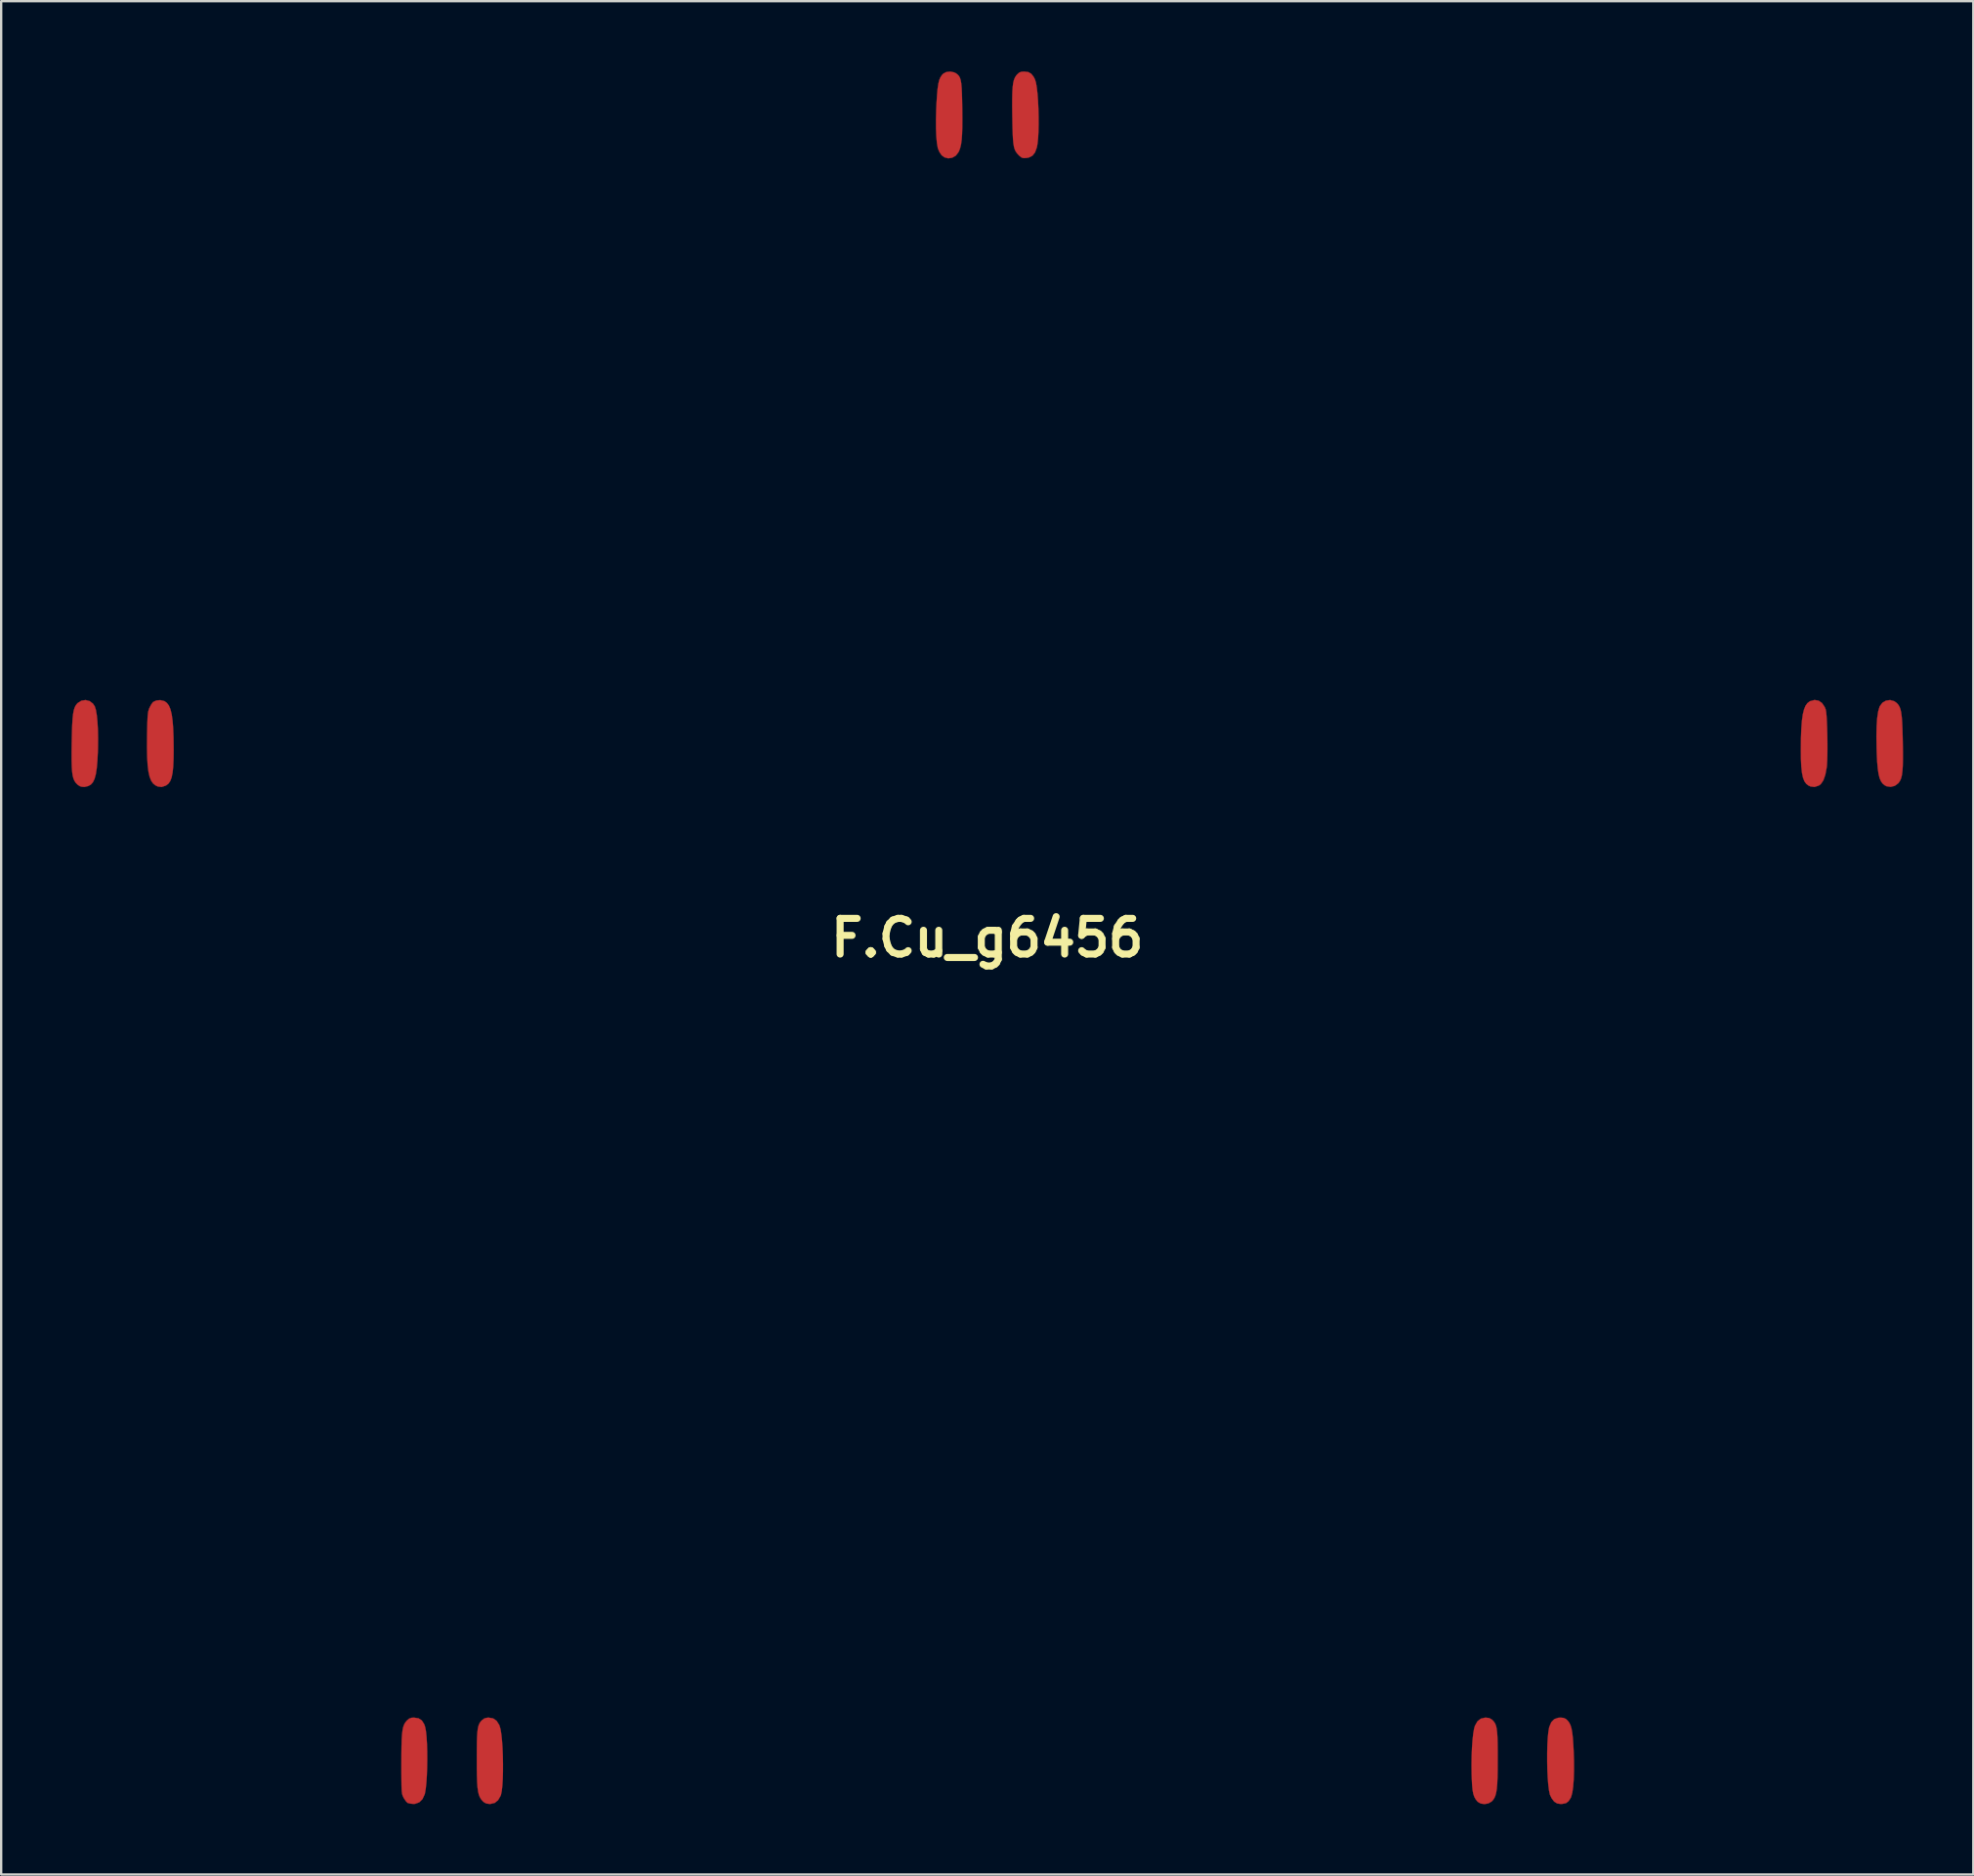
<source format=kicad_pcb>
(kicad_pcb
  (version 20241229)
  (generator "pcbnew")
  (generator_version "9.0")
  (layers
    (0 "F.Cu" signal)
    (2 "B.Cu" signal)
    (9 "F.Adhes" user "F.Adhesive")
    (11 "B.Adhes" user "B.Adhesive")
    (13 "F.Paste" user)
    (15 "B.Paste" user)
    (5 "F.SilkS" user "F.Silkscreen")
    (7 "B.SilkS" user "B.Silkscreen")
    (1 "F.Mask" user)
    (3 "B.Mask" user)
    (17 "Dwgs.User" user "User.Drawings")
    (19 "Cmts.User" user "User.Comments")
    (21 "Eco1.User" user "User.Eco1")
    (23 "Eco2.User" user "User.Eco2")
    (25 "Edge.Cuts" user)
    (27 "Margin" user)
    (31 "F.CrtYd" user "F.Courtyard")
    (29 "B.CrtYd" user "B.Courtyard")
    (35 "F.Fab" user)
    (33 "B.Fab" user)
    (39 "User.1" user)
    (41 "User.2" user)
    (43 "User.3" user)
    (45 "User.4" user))
  (footprint "F.Cu_g6456"
    (layer "F.Cu")
    (at 39.074 36.976)
    (property "Reference" "F.Cu_g6456" (at 0 0 0) (layer "F.SilkS") (effects (font (size 1.524 1.524) (thickness 0.3))))
    (attr through_hole)
    (fp_poly (pts (xy 35.472 -10.125) (xy 35.62 -10.022) (xy 35.736 -9.848) (xy 35.777 -9.742) (xy 35.795 -9.641) (xy 35.811 -9.47) (xy 35.824 -9.244) (xy 35.835 -8.978) (xy 35.843 -8.687) (xy 35.848 -8.385) (xy 35.849 -8.088) (xy 35.846 -7.811) (xy 35.839 -7.567) (xy 35.828 -7.373) (xy 35.819 -7.28) (xy 35.759 -6.962) (xy 35.675 -6.724) (xy 35.566 -6.565) (xy 35.481 -6.501) (xy 35.3 -6.442) (xy 35.128 -6.462) (xy 35.042 -6.501) (xy 34.944 -6.576) (xy 34.865 -6.688) (xy 34.805 -6.844) (xy 34.762 -7.054) (xy 34.733 -7.324) (xy 34.718 -7.664) (xy 34.715 -8.041) (xy 34.72 -8.524) (xy 34.735 -8.929) (xy 34.76 -9.264) (xy 34.797 -9.533) (xy 34.848 -9.744) (xy 34.912 -9.903) (xy 34.992 -10.017) (xy 35.089 -10.092) (xy 35.108 -10.102) (xy 35.298 -10.153) (xy 35.472 -10.125)) (stroke (width 0.01) (type solid)) (fill yes) (layer "F.Cu"))
    (fp_poly (pts (xy 38.694 -10.104) (xy 38.805 -10.027) (xy 38.869 -9.956) (xy 38.921 -9.871) (xy 38.963 -9.763) (xy 38.995 -9.621) (xy 39.019 -9.436) (xy 39.037 -9.199) (xy 39.05 -8.9) (xy 39.06 -8.53) (xy 39.063 -8.359) (xy 39.069 -7.945) (xy 39.069 -7.608) (xy 39.063 -7.335) (xy 39.049 -7.12) (xy 39.027 -6.951) (xy 38.995 -6.82) (xy 38.952 -6.717) (xy 38.898 -6.633) (xy 38.869 -6.598) (xy 38.723 -6.49) (xy 38.55 -6.446) (xy 38.377 -6.47) (xy 38.301 -6.507) (xy 38.21 -6.58) (xy 38.136 -6.679) (xy 38.077 -6.812) (xy 38.032 -6.988) (xy 37.998 -7.217) (xy 37.972 -7.507) (xy 37.954 -7.868) (xy 37.947 -8.086) (xy 37.939 -8.598) (xy 37.948 -9.033) (xy 37.973 -9.391) (xy 38.015 -9.669) (xy 38.073 -9.866) (xy 38.082 -9.886) (xy 38.195 -10.037) (xy 38.348 -10.126) (xy 38.522 -10.15) (xy 38.694 -10.104)) (stroke (width 0.01) (type solid)) (fill yes) (layer "F.Cu"))
    (fp_poly (pts (xy -1.415 -36.938) (xy -1.337 -36.9) (xy -1.267 -36.848) (xy -1.211 -36.788) (xy -1.167 -36.711) (xy -1.133 -36.606) (xy -1.109 -36.465) (xy -1.092 -36.276) (xy -1.08 -36.032) (xy -1.072 -35.72) (xy -1.066 -35.376) (xy -1.063 -34.948) (xy -1.065 -34.596) (xy -1.074 -34.307) (xy -1.09 -34.074) (xy -1.114 -33.886) (xy -1.148 -33.733) (xy -1.192 -33.605) (xy -1.227 -33.53) (xy -1.342 -33.383) (xy -1.494 -33.295) (xy -1.662 -33.269) (xy -1.826 -33.311) (xy -1.946 -33.4) (xy -2.033 -33.525) (xy -2.1 -33.676) (xy -2.11 -33.71) (xy -2.147 -33.92) (xy -2.173 -34.202) (xy -2.187 -34.543) (xy -2.188 -34.933) (xy -2.177 -35.36) (xy -2.164 -35.636) (xy -2.142 -35.978) (xy -2.117 -36.247) (xy -2.086 -36.455) (xy -2.047 -36.613) (xy -1.996 -36.733) (xy -1.932 -36.826) (xy -1.87 -36.888) (xy -1.742 -36.953) (xy -1.578 -36.97) (xy -1.415 -36.938)) (stroke (width 0.01) (type solid)) (fill yes) (layer "F.Cu"))
    (fp_poly (pts (xy 24.596 33.286) (xy 24.695 33.335) (xy 24.764 33.4) (xy 24.832 33.488) (xy 24.886 33.597) (xy 24.929 33.739) (xy 24.962 33.926) (xy 24.988 34.167) (xy 25.009 34.476) (xy 25.019 34.673) (xy 25.034 35.125) (xy 25.035 35.54) (xy 25.023 35.909) (xy 24.999 36.224) (xy 24.963 36.474) (xy 24.915 36.652) (xy 24.897 36.694) (xy 24.801 36.843) (xy 24.689 36.925) (xy 24.534 36.955) (xy 24.468 36.957) (xy 24.323 36.939) (xy 24.209 36.871) (xy 24.173 36.837) (xy 24.08 36.713) (xy 24.01 36.567) (xy 24.005 36.551) (xy 23.967 36.37) (xy 23.937 36.123) (xy 23.914 35.825) (xy 23.898 35.494) (xy 23.891 35.145) (xy 23.891 34.795) (xy 23.899 34.46) (xy 23.915 34.156) (xy 23.94 33.899) (xy 23.972 33.705) (xy 23.983 33.663) (xy 24.069 33.464) (xy 24.192 33.339) (xy 24.359 33.281) (xy 24.457 33.274) (xy 24.596 33.286)) (stroke (width 0.01) (type solid)) (fill yes) (layer "F.Cu"))
    (fp_poly (pts (xy -38.302 -10.107) (xy -38.158 -9.999) (xy -38.08 -9.881) (xy -38.033 -9.733) (xy -37.995 -9.511) (xy -37.966 -9.226) (xy -37.947 -8.889) (xy -37.94 -8.511) (xy -37.944 -8.102) (xy -37.948 -7.977) (xy -37.967 -7.572) (xy -37.996 -7.243) (xy -38.036 -6.983) (xy -38.091 -6.784) (xy -38.162 -6.639) (xy -38.251 -6.541) (xy -38.36 -6.481) (xy -38.363 -6.48) (xy -38.518 -6.442) (xy -38.648 -6.452) (xy -38.719 -6.476) (xy -38.808 -6.535) (xy -38.896 -6.624) (xy -38.949 -6.706) (xy -38.991 -6.806) (xy -39.024 -6.934) (xy -39.046 -7.099) (xy -39.061 -7.311) (xy -39.068 -7.579) (xy -39.069 -7.912) (xy -39.064 -8.319) (xy -39.063 -8.359) (xy -39.054 -8.76) (xy -39.043 -9.087) (xy -39.027 -9.348) (xy -39.005 -9.552) (xy -38.977 -9.71) (xy -38.939 -9.831) (xy -38.892 -9.924) (xy -38.833 -9.999) (xy -38.805 -10.027) (xy -38.646 -10.125) (xy -38.472 -10.15) (xy -38.302 -10.107)) (stroke (width 0.01) (type solid)) (fill yes) (layer "F.Cu"))
    (fp_poly (pts (xy -35.121 -10.109) (xy -35.097 -10.098) (xy -34.999 -10.025) (xy -34.917 -9.914) (xy -34.852 -9.758) (xy -34.8 -9.55) (xy -34.762 -9.284) (xy -34.736 -8.953) (xy -34.72 -8.552) (xy -34.715 -8.073) (xy -34.714 -8.035) (xy -34.719 -7.631) (xy -34.734 -7.302) (xy -34.762 -7.041) (xy -34.804 -6.84) (xy -34.863 -6.689) (xy -34.941 -6.58) (xy -35.038 -6.506) (xy -35.051 -6.499) (xy -35.226 -6.441) (xy -35.391 -6.461) (xy -35.501 -6.515) (xy -35.598 -6.597) (xy -35.678 -6.717) (xy -35.742 -6.882) (xy -35.79 -7.099) (xy -35.824 -7.373) (xy -35.844 -7.711) (xy -35.852 -8.12) (xy -35.849 -8.607) (xy -35.849 -8.627) (xy -35.843 -8.951) (xy -35.836 -9.202) (xy -35.828 -9.392) (xy -35.817 -9.534) (xy -35.803 -9.64) (xy -35.783 -9.722) (xy -35.758 -9.792) (xy -35.745 -9.821) (xy -35.681 -9.945) (xy -35.616 -10.041) (xy -35.592 -10.067) (xy -35.455 -10.132) (xy -35.286 -10.147) (xy -35.121 -10.109)) (stroke (width 0.01) (type solid)) (fill yes) (layer "F.Cu"))
    (fp_poly (pts (xy -21.082 33.307) (xy -20.934 33.41) (xy -20.823 33.587) (xy -20.809 33.621) (xy -20.767 33.77) (xy -20.732 33.988) (xy -20.704 34.258) (xy -20.683 34.566) (xy -20.669 34.898) (xy -20.663 35.239) (xy -20.664 35.574) (xy -20.672 35.889) (xy -20.689 36.169) (xy -20.714 36.4) (xy -20.748 36.566) (xy -20.763 36.609) (xy -20.872 36.798) (xy -21.013 36.912) (xy -21.195 36.956) (xy -21.23 36.957) (xy -21.377 36.939) (xy -21.489 36.875) (xy -21.521 36.845) (xy -21.591 36.766) (xy -21.647 36.677) (xy -21.691 36.568) (xy -21.724 36.429) (xy -21.749 36.252) (xy -21.765 36.026) (xy -21.775 35.742) (xy -21.78 35.391) (xy -21.78 35.052) (xy -21.779 34.657) (xy -21.776 34.337) (xy -21.768 34.083) (xy -21.754 33.884) (xy -21.734 33.731) (xy -21.706 33.614) (xy -21.669 33.524) (xy -21.622 33.451) (xy -21.563 33.386) (xy -21.453 33.305) (xy -21.32 33.275) (xy -21.272 33.274) (xy -21.082 33.307)) (stroke (width 0.01) (type solid)) (fill yes) (layer "F.Cu"))
    (fp_poly (pts (xy 21.42 33.292) (xy 21.532 33.357) (xy 21.563 33.386) (xy 21.622 33.451) (xy 21.67 33.525) (xy 21.707 33.615) (xy 21.734 33.732) (xy 21.754 33.885) (xy 21.768 34.084) (xy 21.776 34.339) (xy 21.78 34.66) (xy 21.78 35.052) (xy 21.779 35.47) (xy 21.773 35.813) (xy 21.761 36.09) (xy 21.742 36.31) (xy 21.714 36.482) (xy 21.677 36.615) (xy 21.629 36.72) (xy 21.569 36.804) (xy 21.518 36.855) (xy 21.381 36.934) (xy 21.217 36.963) (xy 21.055 36.94) (xy 20.928 36.867) (xy 20.922 36.861) (xy 20.843 36.765) (xy 20.783 36.659) (xy 20.739 36.53) (xy 20.708 36.363) (xy 20.687 36.146) (xy 20.674 35.864) (xy 20.668 35.687) (xy 20.664 35.295) (xy 20.669 34.914) (xy 20.683 34.556) (xy 20.706 34.234) (xy 20.736 33.96) (xy 20.772 33.747) (xy 20.808 33.622) (xy 20.914 33.433) (xy 21.056 33.319) (xy 21.238 33.275) (xy 21.272 33.274) (xy 21.42 33.292)) (stroke (width 0.01) (type solid)) (fill yes) (layer "F.Cu"))
    (fp_poly (pts (xy 1.751 -36.95) (xy 1.88 -36.876) (xy 1.986 -36.738) (xy 2.039 -36.63) (xy 2.08 -36.494) (xy 2.115 -36.288) (xy 2.144 -36.026) (xy 2.167 -35.724) (xy 2.182 -35.397) (xy 2.191 -35.059) (xy 2.192 -34.724) (xy 2.185 -34.408) (xy 2.17 -34.125) (xy 2.145 -33.891) (xy 2.117 -33.736) (xy 2.04 -33.523) (xy 1.931 -33.383) (xy 1.781 -33.305) (xy 1.682 -33.286) (xy 1.555 -33.278) (xy 1.469 -33.299) (xy 1.383 -33.365) (xy 1.339 -33.408) (xy 1.271 -33.482) (xy 1.216 -33.558) (xy 1.173 -33.647) (xy 1.14 -33.758) (xy 1.116 -33.903) (xy 1.098 -34.091) (xy 1.086 -34.331) (xy 1.077 -34.635) (xy 1.07 -35.013) (xy 1.069 -35.06) (xy 1.064 -35.474) (xy 1.065 -35.813) (xy 1.071 -36.086) (xy 1.084 -36.302) (xy 1.105 -36.472) (xy 1.135 -36.603) (xy 1.175 -36.706) (xy 1.226 -36.791) (xy 1.267 -36.841) (xy 1.358 -36.925) (xy 1.454 -36.963) (xy 1.58 -36.971) (xy 1.751 -36.95)) (stroke (width 0.01) (type solid)) (fill yes) (layer "F.Cu"))
    (fp_poly (pts (xy -24.266 33.303) (xy -24.125 33.394) (xy -24.024 33.554) (xy -23.985 33.668) (xy -23.951 33.844) (xy -23.925 34.087) (xy -23.907 34.381) (xy -23.897 34.711) (xy -23.895 35.06) (xy -23.9 35.41) (xy -23.912 35.747) (xy -23.932 36.053) (xy -23.959 36.312) (xy -23.993 36.509) (xy -24.005 36.551) (xy -24.097 36.751) (xy -24.234 36.887) (xy -24.408 36.951) (xy -24.476 36.956) (xy -24.608 36.945) (xy -24.713 36.92) (xy -24.734 36.911) (xy -24.798 36.849) (xy -24.873 36.742) (xy -24.903 36.69) (xy -24.93 36.637) (xy -24.951 36.583) (xy -24.968 36.517) (xy -24.98 36.431) (xy -24.988 36.313) (xy -24.993 36.153) (xy -24.996 35.942) (xy -24.998 35.668) (xy -24.998 35.322) (xy -24.998 35.242) (xy -24.997 34.824) (xy -24.992 34.48) (xy -24.984 34.203) (xy -24.969 33.983) (xy -24.948 33.81) (xy -24.92 33.676) (xy -24.882 33.571) (xy -24.834 33.485) (xy -24.774 33.411) (xy -24.765 33.401) (xy -24.667 33.316) (xy -24.561 33.28) (xy -24.457 33.274) (xy -24.266 33.303)) (stroke (width 0.01) (type solid)) (fill yes) (layer "F.Cu")))
  (gr_rect
    (start -3 -3)
    (end 81.147 76.944)
    (stroke (width 0.1) (type default))
    (fill no)
    (layer "Edge.Cuts")))
</source>
